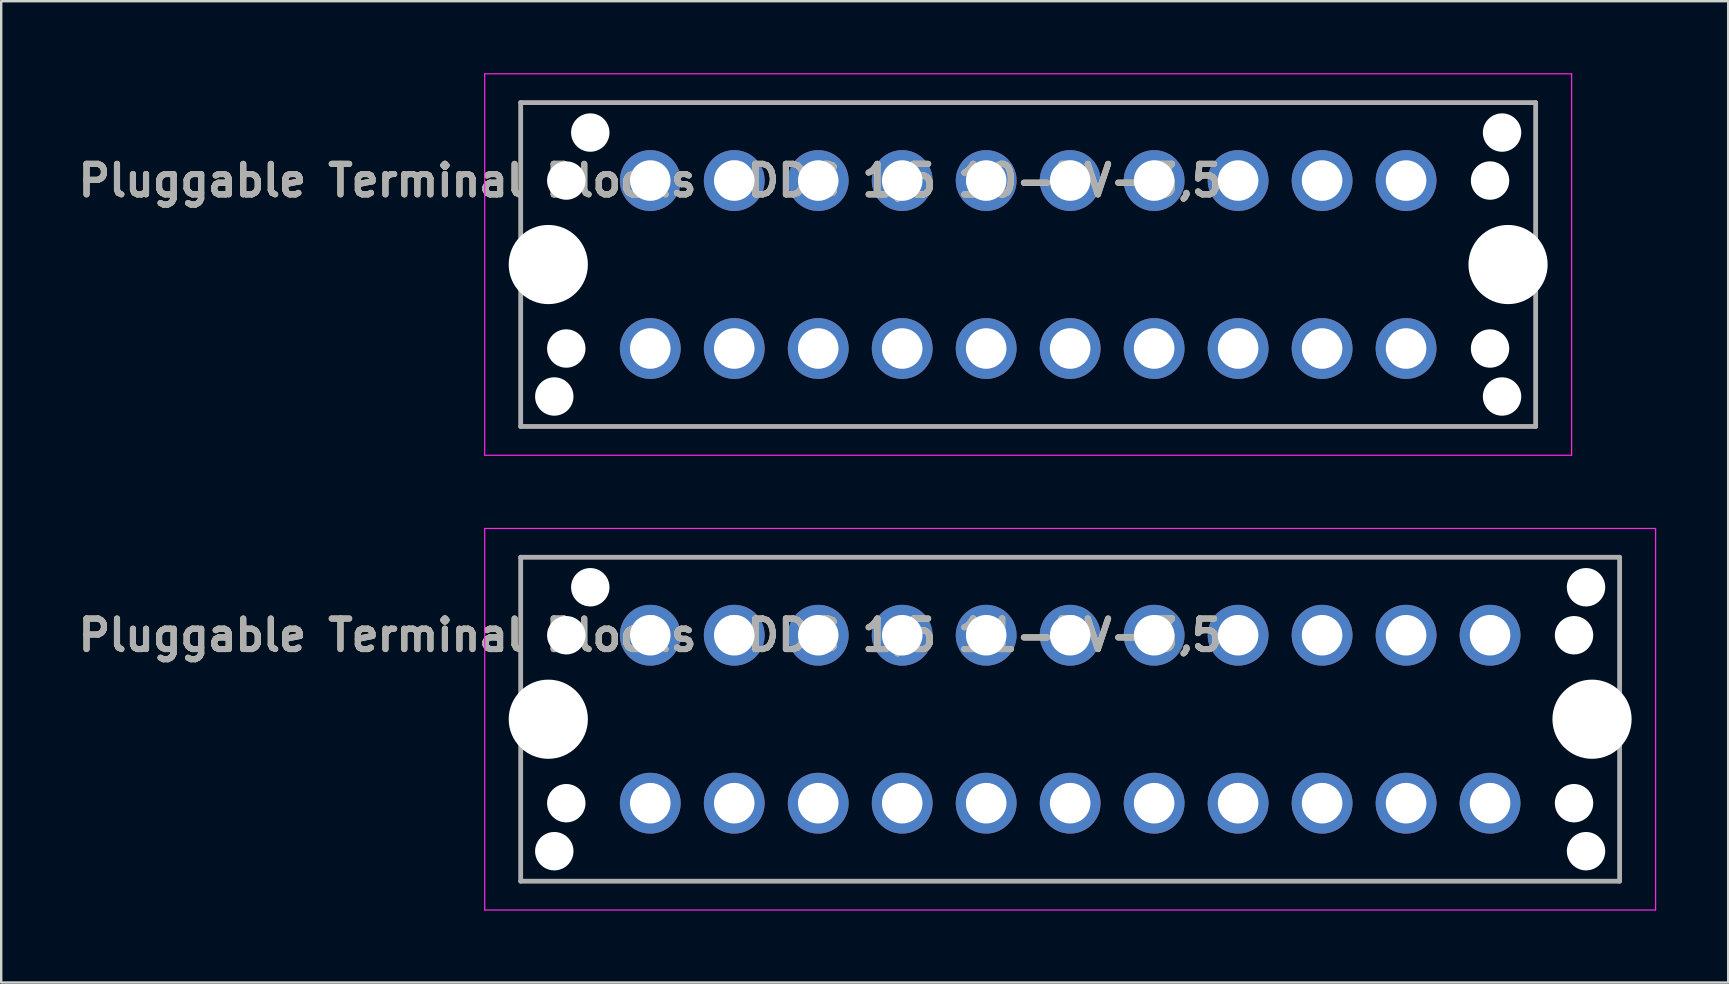
<source format=kicad_pcb>
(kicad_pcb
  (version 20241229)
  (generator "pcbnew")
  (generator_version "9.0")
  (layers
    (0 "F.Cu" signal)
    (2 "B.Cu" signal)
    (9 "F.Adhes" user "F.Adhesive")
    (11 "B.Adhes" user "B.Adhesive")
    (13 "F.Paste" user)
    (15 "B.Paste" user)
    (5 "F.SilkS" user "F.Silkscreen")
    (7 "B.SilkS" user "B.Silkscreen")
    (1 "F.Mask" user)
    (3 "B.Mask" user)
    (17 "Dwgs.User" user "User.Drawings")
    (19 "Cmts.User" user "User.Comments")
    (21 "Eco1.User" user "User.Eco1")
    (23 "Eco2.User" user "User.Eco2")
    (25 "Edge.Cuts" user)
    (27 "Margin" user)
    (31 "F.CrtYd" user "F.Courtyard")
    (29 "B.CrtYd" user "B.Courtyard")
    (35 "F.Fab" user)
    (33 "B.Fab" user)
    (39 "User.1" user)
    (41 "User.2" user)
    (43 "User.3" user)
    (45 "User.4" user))
  (footprint "Pluggable Terminal Blocks SDDC 1,5 11-PV-3,5"
    (layer "F.Cu")
    (at 24.051 23.425)
    (property "Reference" "Pluggable Terminal Blocks SDDC 1,5 11-PV-3,5" (at 0 0 0) (layer "F.SilkS") (effects (font (size 1.27 1.27) (thickness 0.254))))
    (attr through_hole)
    (fp_line (start -5.4 -3.25) (end 40.4 -3.25) (stroke (width 0.1) (type solid)) (layer "F.SilkS"))
    (fp_line (start 40.4 10.25) (end -5.4 10.25) (stroke (width 0.1) (type solid)) (layer "F.SilkS"))
    (fp_line (start -6.9 -4.45) (end 41.9 -4.45) (stroke (width 0.05) (type solid)) (layer "F.CrtYd"))
    (fp_line (start -6.9 11.45) (end -6.9 -4.45) (stroke (width 0.05) (type solid)) (layer "F.CrtYd"))
    (fp_line (start 41.9 -4.45) (end 41.9 11.45) (stroke (width 0.05) (type solid)) (layer "F.CrtYd"))
    (fp_line (start 41.9 11.45) (end -6.9 11.45) (stroke (width 0.05) (type solid)) (layer "F.CrtYd"))
    (fp_line (start -5.4 -3.25) (end 40.4 -3.25) (stroke (width 0.2) (type solid)) (layer "F.Fab"))
    (fp_line (start -5.4 10.25) (end -5.4 -3.25) (stroke (width 0.2) (type solid)) (layer "F.Fab"))
    (fp_line (start 40.4 -3.25) (end 40.4 10.25) (stroke (width 0.2) (type solid)) (layer "F.Fab"))
    (fp_line (start 40.4 10.25) (end -5.4 10.25) (stroke (width 0.2) (type solid)) (layer "F.Fab"))
    (fp_text user "${REFERENCE}" (at 0 0 0) (layer "F.Fab") (effects (font (size 1.27 1.27) (thickness 0.254))))
    (pad "" np_thru_hole circle (at -4.25 3.5) (size 3.3 3.3) (drill 3.3) (layers "*.Cu" "*.Mask"))
    (pad "" np_thru_hole circle (at -4 9) (size 1.6 1.6) (drill 1.6) (layers "*.Cu" "*.Mask"))
    (pad "" np_thru_hole circle (at -3.5 0) (size 1.6 1.6) (drill 1.6) (layers "*.Cu" "*.Mask"))
    (pad "" np_thru_hole circle (at -3.5 7) (size 1.6 1.6) (drill 1.6) (layers "*.Cu" "*.Mask"))
    (pad "" np_thru_hole circle (at -2.5 -2) (size 1.6 1.6) (drill 1.6) (layers "*.Cu" "*.Mask"))
    (pad "" np_thru_hole circle (at 38.5 0) (size 1.6 1.6) (drill 1.6) (layers "*.Cu" "*.Mask"))
    (pad "" np_thru_hole circle (at 38.5 7) (size 1.6 1.6) (drill 1.6) (layers "*.Cu" "*.Mask"))
    (pad "" np_thru_hole circle (at 39 -2) (size 1.6 1.6) (drill 1.6) (layers "*.Cu" "*.Mask"))
    (pad "" np_thru_hole circle (at 39 9) (size 1.6 1.6) (drill 1.6) (layers "*.Cu" "*.Mask"))
    (pad "" np_thru_hole circle (at 39.25 3.5) (size 3.3 3.3) (drill 3.3) (layers "*.Cu" "*.Mask"))
    (pad "1" thru_hole circle (at 0 0) (size 2.535 2.535) (drill 1.69) (layers "*.Cu" "*.Mask"))
    (pad "2" thru_hole circle (at 3.5 0) (size 2.535 2.535) (drill 1.69) (layers "*.Cu" "*.Mask"))
    (pad "3" thru_hole circle (at 7 0) (size 2.535 2.535) (drill 1.69) (layers "*.Cu" "*.Mask"))
    (pad "4" thru_hole circle (at 10.5 0) (size 2.535 2.535) (drill 1.69) (layers "*.Cu" "*.Mask"))
    (pad "5" thru_hole circle (at 14 0) (size 2.535 2.535) (drill 1.69) (layers "*.Cu" "*.Mask"))
    (pad "6" thru_hole circle (at 17.5 0) (size 2.535 2.535) (drill 1.69) (layers "*.Cu" "*.Mask"))
    (pad "7" thru_hole circle (at 21 0) (size 2.535 2.535) (drill 1.69) (layers "*.Cu" "*.Mask"))
    (pad "8" thru_hole circle (at 24.5 0) (size 2.535 2.535) (drill 1.69) (layers "*.Cu" "*.Mask"))
    (pad "9" thru_hole circle (at 28 0) (size 2.535 2.535) (drill 1.69) (layers "*.Cu" "*.Mask"))
    (pad "10" thru_hole circle (at 31.5 0) (size 2.535 2.535) (drill 1.69) (layers "*.Cu" "*.Mask"))
    (pad "11" thru_hole circle (at 35 0) (size 2.535 2.535) (drill 1.69) (layers "*.Cu" "*.Mask"))
    (pad "12" thru_hole circle (at 0 7) (size 2.535 2.535) (drill 1.69) (layers "*.Cu" "*.Mask"))
    (pad "13" thru_hole circle (at 3.5 7) (size 2.535 2.535) (drill 1.69) (layers "*.Cu" "*.Mask"))
    (pad "14" thru_hole circle (at 7 7) (size 2.535 2.535) (drill 1.69) (layers "*.Cu" "*.Mask"))
    (pad "15" thru_hole circle (at 10.5 7) (size 2.535 2.535) (drill 1.69) (layers "*.Cu" "*.Mask"))
    (pad "16" thru_hole circle (at 14 7) (size 2.535 2.535) (drill 1.69) (layers "*.Cu" "*.Mask"))
    (pad "17" thru_hole circle (at 17.5 7) (size 2.535 2.535) (drill 1.69) (layers "*.Cu" "*.Mask"))
    (pad "18" thru_hole circle (at 21 7) (size 2.535 2.535) (drill 1.69) (layers "*.Cu" "*.Mask"))
    (pad "19" thru_hole circle (at 24.5 7) (size 2.535 2.535) (drill 1.69) (layers "*.Cu" "*.Mask"))
    (pad "20" thru_hole circle (at 28 7) (size 2.535 2.535) (drill 1.69) (layers "*.Cu" "*.Mask"))
    (pad "21" thru_hole circle (at 31.5 7) (size 2.535 2.535) (drill 1.69) (layers "*.Cu" "*.Mask"))
    (pad "22" thru_hole circle (at 35 7) (size 2.535 2.535) (drill 1.69) (layers "*.Cu" "*.Mask")))
  (footprint "Pluggable Terminal Blocks SDDC 1,5 10-PV-3,5"
    (layer "F.Cu")
    (at 24.051 4.475)
    (property "Reference" "Pluggable Terminal Blocks SDDC 1,5 10-PV-3,5" (at 0 0 0) (layer "F.SilkS") (effects (font (size 1.27 1.27) (thickness 0.254))))
    (attr through_hole)
    (fp_line (start -5.4 -3.25) (end 36.9 -3.25) (stroke (width 0.1) (type solid)) (layer "F.SilkS"))
    (fp_line (start 36.9 10.25) (end -5.4 10.25) (stroke (width 0.1) (type solid)) (layer "F.SilkS"))
    (fp_line (start -6.9 -4.45) (end 38.4 -4.45) (stroke (width 0.05) (type solid)) (layer "F.CrtYd"))
    (fp_line (start -6.9 11.45) (end -6.9 -4.45) (stroke (width 0.05) (type solid)) (layer "F.CrtYd"))
    (fp_line (start 38.4 -4.45) (end 38.4 11.45) (stroke (width 0.05) (type solid)) (layer "F.CrtYd"))
    (fp_line (start 38.4 11.45) (end -6.9 11.45) (stroke (width 0.05) (type solid)) (layer "F.CrtYd"))
    (fp_line (start -5.4 -3.25) (end 36.9 -3.25) (stroke (width 0.2) (type solid)) (layer "F.Fab"))
    (fp_line (start -5.4 10.25) (end -5.4 -3.25) (stroke (width 0.2) (type solid)) (layer "F.Fab"))
    (fp_line (start 36.9 -3.25) (end 36.9 10.25) (stroke (width 0.2) (type solid)) (layer "F.Fab"))
    (fp_line (start 36.9 10.25) (end -5.4 10.25) (stroke (width 0.2) (type solid)) (layer "F.Fab"))
    (fp_text user "${REFERENCE}" (at 0 0 0) (layer "F.Fab") (effects (font (size 1.27 1.27) (thickness 0.254))))
    (pad "" np_thru_hole circle (at -4.25 3.5) (size 3.3 3.3) (drill 3.3) (layers "*.Cu" "*.Mask"))
    (pad "" np_thru_hole circle (at -4 9) (size 1.6 1.6) (drill 1.6) (layers "*.Cu" "*.Mask"))
    (pad "" np_thru_hole circle (at -3.5 0) (size 1.6 1.6) (drill 1.6) (layers "*.Cu" "*.Mask"))
    (pad "" np_thru_hole circle (at -3.5 7) (size 1.6 1.6) (drill 1.6) (layers "*.Cu" "*.Mask"))
    (pad "" np_thru_hole circle (at -2.5 -2) (size 1.6 1.6) (drill 1.6) (layers "*.Cu" "*.Mask"))
    (pad "" np_thru_hole circle (at 35 0) (size 1.6 1.6) (drill 1.6) (layers "*.Cu" "*.Mask"))
    (pad "" np_thru_hole circle (at 35 7) (size 1.6 1.6) (drill 1.6) (layers "*.Cu" "*.Mask"))
    (pad "" np_thru_hole circle (at 35.5 -2) (size 1.6 1.6) (drill 1.6) (layers "*.Cu" "*.Mask"))
    (pad "" np_thru_hole circle (at 35.5 9) (size 1.6 1.6) (drill 1.6) (layers "*.Cu" "*.Mask"))
    (pad "" np_thru_hole circle (at 35.75 3.5) (size 3.3 3.3) (drill 3.3) (layers "*.Cu" "*.Mask"))
    (pad "1" thru_hole circle (at 0 0) (size 2.535 2.535) (drill 1.69) (layers "*.Cu" "*.Mask"))
    (pad "2" thru_hole circle (at 3.5 0) (size 2.535 2.535) (drill 1.69) (layers "*.Cu" "*.Mask"))
    (pad "3" thru_hole circle (at 7 0) (size 2.535 2.535) (drill 1.69) (layers "*.Cu" "*.Mask"))
    (pad "4" thru_hole circle (at 10.5 0) (size 2.535 2.535) (drill 1.69) (layers "*.Cu" "*.Mask"))
    (pad "5" thru_hole circle (at 14 0) (size 2.535 2.535) (drill 1.69) (layers "*.Cu" "*.Mask"))
    (pad "6" thru_hole circle (at 17.5 0) (size 2.535 2.535) (drill 1.69) (layers "*.Cu" "*.Mask"))
    (pad "7" thru_hole circle (at 21 0) (size 2.535 2.535) (drill 1.69) (layers "*.Cu" "*.Mask"))
    (pad "8" thru_hole circle (at 24.5 0) (size 2.535 2.535) (drill 1.69) (layers "*.Cu" "*.Mask"))
    (pad "9" thru_hole circle (at 28 0) (size 2.535 2.535) (drill 1.69) (layers "*.Cu" "*.Mask"))
    (pad "10" thru_hole circle (at 31.5 0) (size 2.535 2.535) (drill 1.69) (layers "*.Cu" "*.Mask"))
    (pad "11" thru_hole circle (at 0 7) (size 2.535 2.535) (drill 1.69) (layers "*.Cu" "*.Mask"))
    (pad "12" thru_hole circle (at 3.5 7) (size 2.535 2.535) (drill 1.69) (layers "*.Cu" "*.Mask"))
    (pad "13" thru_hole circle (at 7 7) (size 2.535 2.535) (drill 1.69) (layers "*.Cu" "*.Mask"))
    (pad "14" thru_hole circle (at 10.5 7) (size 2.535 2.535) (drill 1.69) (layers "*.Cu" "*.Mask"))
    (pad "15" thru_hole circle (at 14 7) (size 2.535 2.535) (drill 1.69) (layers "*.Cu" "*.Mask"))
    (pad "16" thru_hole circle (at 17.5 7) (size 2.535 2.535) (drill 1.69) (layers "*.Cu" "*.Mask"))
    (pad "17" thru_hole circle (at 21 7) (size 2.535 2.535) (drill 1.69) (layers "*.Cu" "*.Mask"))
    (pad "18" thru_hole circle (at 24.5 7) (size 2.535 2.535) (drill 1.69) (layers "*.Cu" "*.Mask"))
    (pad "19" thru_hole circle (at 28 7) (size 2.535 2.535) (drill 1.69) (layers "*.Cu" "*.Mask"))
    (pad "20" thru_hole circle (at 31.5 7) (size 2.535 2.535) (drill 1.69) (layers "*.Cu" "*.Mask")))
  (gr_rect
    (start -3 -3)
    (end 68.976 37.9)
    (stroke (width 0.1) (type default))
    (fill no)
    (layer "Edge.Cuts")))
</source>
